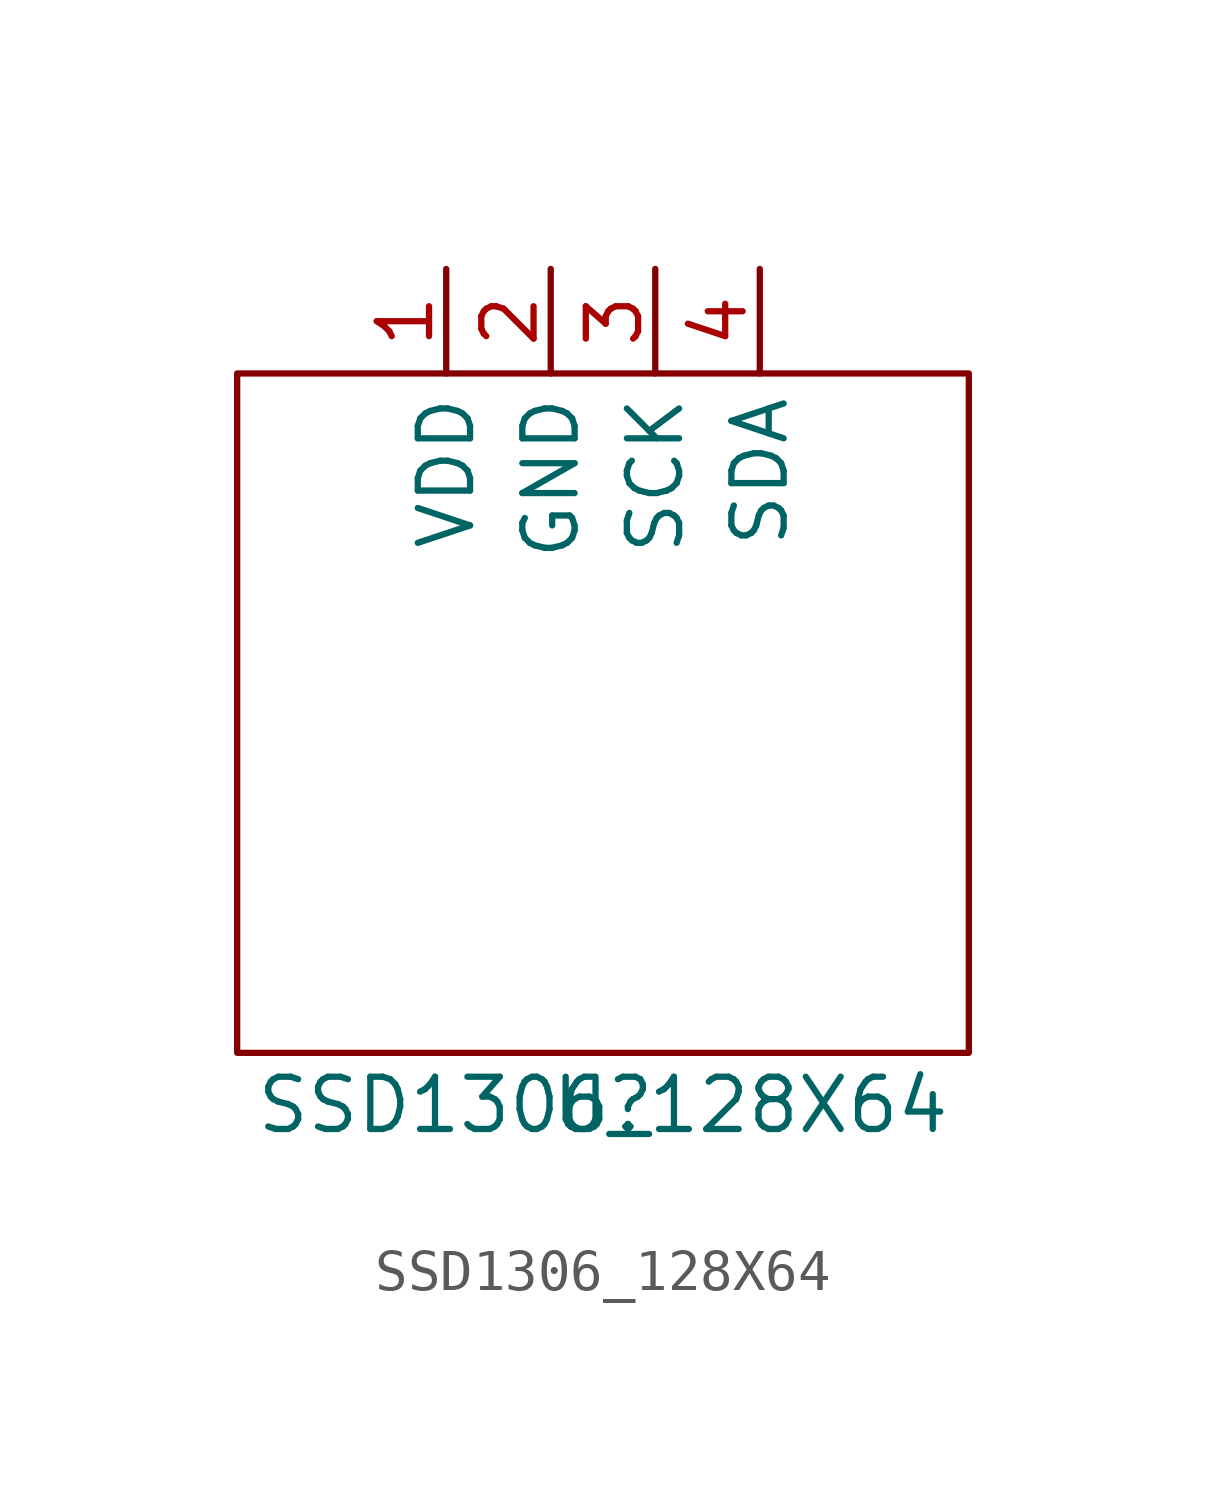
<source format=kicad_sym>
(kicad_symbol_lib
  (version 20211014)
  (generator kicad_symbol_editor)
  (symbol "SSD1306_128X64"
    (property "Reference" "U"
      (at 0 0 0)
      (effects (font (size 1.27 1.27))))
    (property "Value" "SSD1306_128X64"
      (at 0 0 0)
      (effects (font (size 1.27 1.27))))
    (symbol "SSD1306_128X64_0_1"
      (polyline (pts (xy 8.89 1.27) (xy 8.89 17.78) (xy -8.89 17.78) (xy -8.89 1.27) (xy 8.89 1.27)) (stroke (width 0) (type default) (color 0 0 0 0)) (fill (type none))))
    (symbol "SSD1306_128X64_1_1"
      (pin input line (at -3.81 20.32 270) (length 2.54) (name "VDD" (effects (font (size 1.27 1.27)))) (number "1" (effects (font (size 1.27 1.27)))))
      (pin input line (at -1.27 20.32 270) (length 2.54) (name "GND" (effects (font (size 1.27 1.27)))) (number "2" (effects (font (size 1.27 1.27)))))
      (pin input line (at 1.27 20.32 270) (length 2.54) (name "SCK" (effects (font (size 1.27 1.27)))) (number "3" (effects (font (size 1.27 1.27)))))
      (pin input line (at 3.81 20.32 270) (length 2.54) (name "SDA" (effects (font (size 1.27 1.27)))) (number "4" (effects (font (size 1.27 1.27))))))))
</source>
